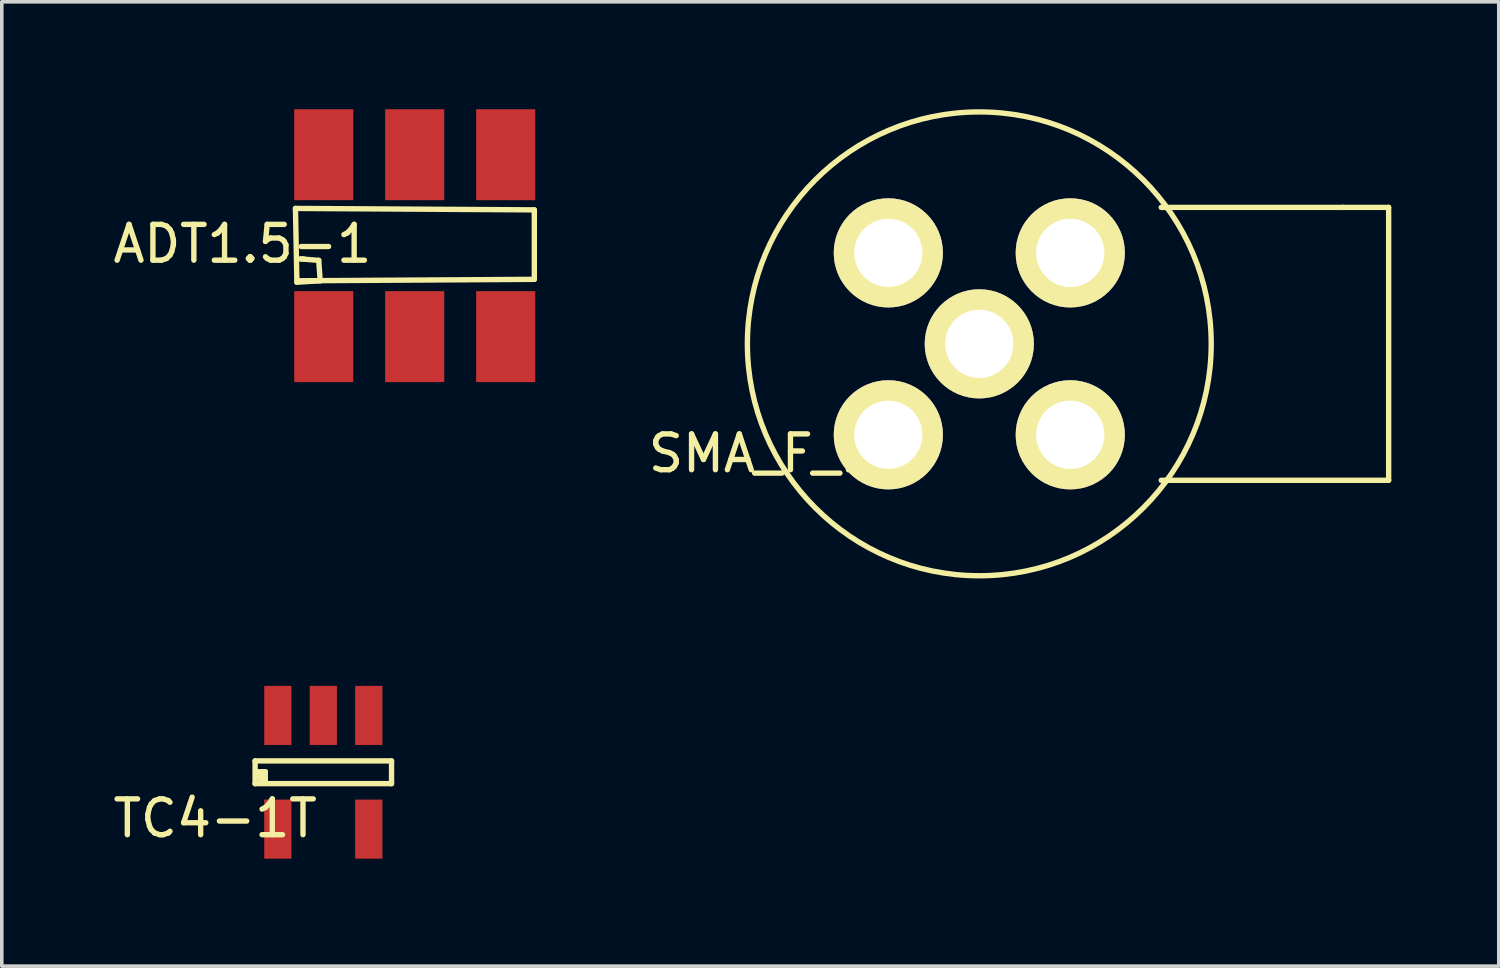
<source format=kicad_pcb>
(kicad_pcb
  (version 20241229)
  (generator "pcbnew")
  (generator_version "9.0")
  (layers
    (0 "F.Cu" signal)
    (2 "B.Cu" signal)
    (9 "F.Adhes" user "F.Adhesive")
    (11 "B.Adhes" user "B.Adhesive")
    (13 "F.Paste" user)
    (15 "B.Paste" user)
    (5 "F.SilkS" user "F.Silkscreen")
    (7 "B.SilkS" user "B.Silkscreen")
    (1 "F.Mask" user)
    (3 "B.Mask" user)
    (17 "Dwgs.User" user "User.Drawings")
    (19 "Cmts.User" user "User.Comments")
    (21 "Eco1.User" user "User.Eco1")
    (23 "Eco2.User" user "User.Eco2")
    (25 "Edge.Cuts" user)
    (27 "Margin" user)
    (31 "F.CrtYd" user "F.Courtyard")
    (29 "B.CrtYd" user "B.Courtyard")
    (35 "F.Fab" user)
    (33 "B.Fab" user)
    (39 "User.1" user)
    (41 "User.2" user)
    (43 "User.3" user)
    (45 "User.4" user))
  (footprint "SMA_F_RA"
    (layer "F.Cu")
    (at 24.295 6.551)
    (property "Reference" "SMA_F_RA" (at -5.63 3.06 0) (layer "F.SilkS") (effects (font (size 1 1) (thickness 0.15))))
    (attr through_hole)
    (fp_line (start 5.08 -3.81) (end 10.16 -3.81) (stroke (width 0.15) (type solid)) (layer "F.SilkS"))
    (fp_line (start 10.16 -3.81) (end 11.43 -3.81) (stroke (width 0.15) (type solid)) (layer "F.SilkS"))
    (fp_line (start 11.43 -3.81) (end 11.43 3.81) (stroke (width 0.15) (type solid)) (layer "F.SilkS"))
    (fp_line (start 11.43 3.81) (end 5.08 3.81) (stroke (width 0.15) (type solid)) (layer "F.SilkS"))
    (fp_circle (center 0 0) (end -1.27 -6.35) (stroke (width 0.15) (type solid)) (fill no) (layer "F.SilkS"))
    (pad "1" thru_hole circle (at 0 0) (size 3.048 3.048) (drill 1.905) (layers "*.Cu" "*.Mask" "F.SilkS"))
    (pad "2" thru_hole circle (at 2.54 -2.54) (size 3.048 3.048) (drill 1.905) (layers "*.Cu" "*.Mask" "F.SilkS"))
    (pad "3" thru_hole circle (at 2.54 2.54) (size 3.048 3.048) (drill 1.905) (layers "*.Cu" "*.Mask" "F.SilkS"))
    (pad "4" thru_hole circle (at -2.54 2.54) (size 3.048 3.048) (drill 1.905) (layers "*.Cu" "*.Mask" "F.SilkS"))
    (pad "5" thru_hole circle (at -2.54 -2.54) (size 3.048 3.048) (drill 1.905) (layers "*.Cu" "*.Mask" "F.SilkS")))
  (footprint "ADT1.5-1"
    (layer "F.Cu")
    (at 5.99 6.35)
    (property "Reference" "ADT1.5-1" (at -2.27 -2.59 0) (layer "F.SilkS") (effects (font (size 1 1) (thickness 0.15))))
    (attr through_hole)
    (fp_line (start -0.79 -3.58) (end -0.75 -1.52) (stroke (width 0.15) (type solid)) (layer "F.SilkS"))
    (fp_line (start -0.75 -1.52) (end -0.1 -1.56) (stroke (width 0.15) (type solid)) (layer "F.SilkS"))
    (fp_line (start -0.67 -1.56) (end 5.88 -1.6) (stroke (width 0.15) (type solid)) (layer "F.SilkS"))
    (fp_line (start -0.64 -2.17) (end -0.56 -2.17) (stroke (width 0.15) (type solid)) (layer "F.SilkS"))
    (fp_line (start -0.14 -2.13) (end -0.64 -2.17) (stroke (width 0.15) (type solid)) (layer "F.SilkS"))
    (fp_line (start -0.1 -1.56) (end -0.14 -2.13) (stroke (width 0.15) (type solid)) (layer "F.SilkS"))
    (fp_line (start 5.88 -3.54) (end -0.79 -3.58) (stroke (width 0.15) (type solid)) (layer "F.SilkS"))
    (fp_line (start 5.88 -1.6) (end 5.88 -3.54) (stroke (width 0.15) (type solid)) (layer "F.SilkS"))
    (pad "1" smd rect (at 0 0) (size 1.65 2.54) (layers "F.Cu" "F.Mask" "F.Paste"))
    (pad "2" smd rect (at 2.54 0) (size 1.65 2.54) (layers "F.Cu" "F.Mask" "F.Paste"))
    (pad "3" smd rect (at 5.08 0) (size 1.65 2.54) (layers "F.Cu" "F.Mask" "F.Paste"))
    (pad "4" smd rect (at 5.08 -5.08) (size 1.65 2.54) (layers "F.Cu" "F.Mask" "F.Paste"))
    (pad "5" smd rect (at 2.54 -5.08) (size 1.65 2.54) (layers "F.Cu" "F.Mask" "F.Paste"))
    (pad "6" smd rect (at 0 -5.08) (size 1.65 2.54) (layers "F.Cu" "F.Mask" "F.Paste")))
  (footprint "TC4-1T"
    (layer "F.Cu")
    (at 4.708 20.102)
    (property "Reference" "TC4-1T" (at -1.75 -0.3 0) (layer "F.SilkS") (effects (font (size 1 1) (thickness 0.15))))
    (attr through_hole)
    (fp_line (start -0.635 -1.905) (end -0.635 -1.27) (stroke (width 0.15) (type solid)) (layer "F.SilkS"))
    (fp_line (start -0.635 -1.27) (end 3.175 -1.27) (stroke (width 0.15) (type solid)) (layer "F.SilkS"))
    (fp_line (start -0.55 -1.6) (end -0.5 -1.4) (stroke (width 0.15) (type solid)) (layer "F.SilkS"))
    (fp_line (start -0.45 -1.6) (end -0.35 -1.6) (stroke (width 0.15) (type solid)) (layer "F.SilkS"))
    (fp_line (start -0.45 -1.3) (end -0.45 -1.6) (stroke (width 0.15) (type solid)) (layer "F.SilkS"))
    (fp_line (start -0.35 -1.6) (end -0.55 -1.6) (stroke (width 0.15) (type solid)) (layer "F.SilkS"))
    (fp_line (start -0.35 -1.35) (end -0.35 -1.6) (stroke (width 0.15) (type solid)) (layer "F.SilkS"))
    (fp_line (start 3.175 -1.905) (end -0.635 -1.905) (stroke (width 0.15) (type solid)) (layer "F.SilkS"))
    (fp_line (start 3.175 -1.27) (end 3.175 -1.905) (stroke (width 0.15) (type solid)) (layer "F.SilkS"))
    (pad "1" smd rect (at 0 -3.175) (size 0.76 1.65) (layers "F.Cu" "F.Mask" "F.Paste"))
    (pad "2" smd rect (at 1.27 -3.175) (size 0.76 1.65) (layers "F.Cu" "F.Mask" "F.Paste"))
    (pad "3" smd rect (at 2.54 -3.175) (size 0.76 1.65) (layers "F.Cu" "F.Mask" "F.Paste"))
    (pad "4" smd rect (at 2.54 0) (size 0.76 1.65) (layers "F.Cu" "F.Mask" "F.Paste"))
    (pad "6" smd rect (at 0 0) (size 0.76 1.65) (layers "F.Cu" "F.Mask" "F.Paste")))
  (gr_rect
    (start -3 -3)
    (end 38.8 23.927)
    (stroke (width 0.1) (type default))
    (fill no)
    (layer "Edge.Cuts")))
</source>
